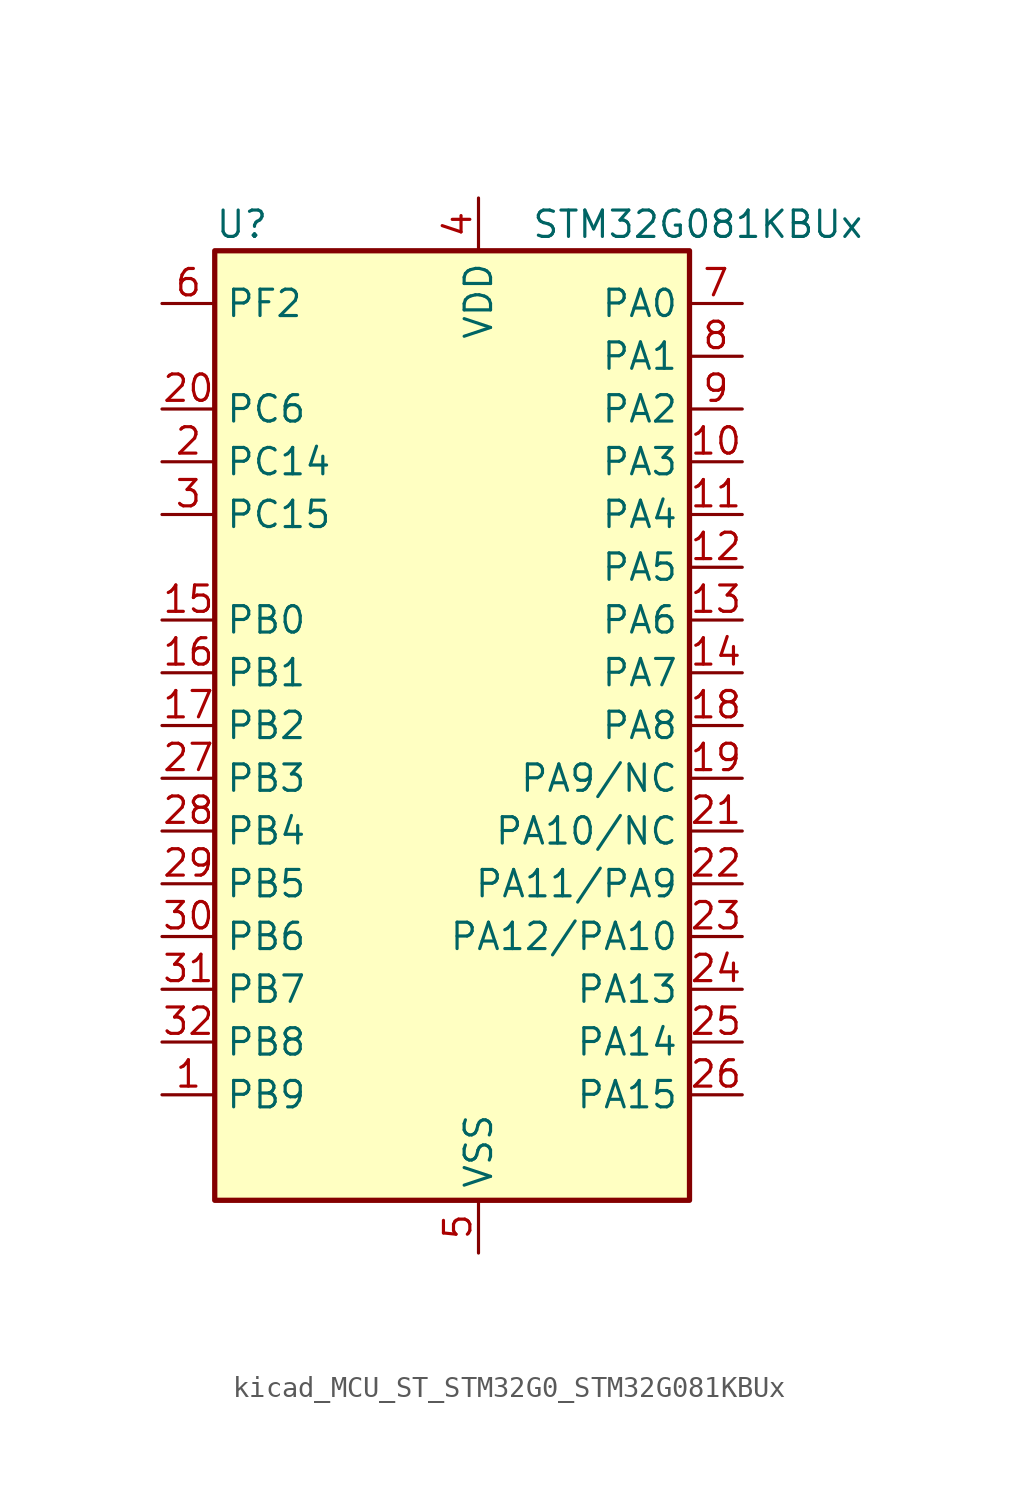
<source format=kicad_sym>
(kicad_symbol_lib
  (version 20220914)
  (generator kicad_symbol_editor)
  (symbol "kicad_MCU_ST_STM32G0_STM32G081KBUx"
    (property "Reference" "U"
      (at -10.16 24.13 0)
      (effects (font (size 1.27 1.27)) (justify left)))
    (property "Value" "STM32G081KBUx"
      (at 5.08 24.13 0)
      (effects (font (size 1.27 1.27)) (justify left)))
    (property "ki_locked" ""
      (at 0 0 0)
      (effects (font (size 1.27 1.27))))
    (symbol "kicad_MCU_ST_STM32G0_STM32G081KBUx_0_1"
      (rectangle (start -10.16 -22.86) (end 12.7 22.86) (stroke (width 0.254) (type default)) (fill (type background))))
    (symbol "kicad_MCU_ST_STM32G0_STM32G081KBUx_1_1"
      (pin bidirectional line (at -12.7 -17.78 0) (length 2.54) (name "PB9" (effects (font (size 1.27 1.27)))) (number "1" (effects (font (size 1.27 1.27)))) (alternate "DAC1_EXTI9" bidirectional line) (alternate "I2C1_SDA" bidirectional line) (alternate "IR_OUT" bidirectional line) (alternate "SPI2_NSS" bidirectional line) (alternate "TIM17_CH1" bidirectional line) (alternate "USART3_RX" bidirectional line))
      (pin bidirectional line (at 15.24 12.7 180) (length 2.54) (name "PA3" (effects (font (size 1.27 1.27)))) (number "10" (effects (font (size 1.27 1.27)))) (alternate "ADC1_IN3" bidirectional line) (alternate "COMP2_INP" bidirectional line) (alternate "LPUART1_RX" bidirectional line) (alternate "SPI2_MISO" bidirectional line) (alternate "TIM15_CH2" bidirectional line) (alternate "TIM2_CH4" bidirectional line) (alternate "USART2_RX" bidirectional line))
      (pin bidirectional line (at 15.24 10.16 180) (length 2.54) (name "PA4" (effects (font (size 1.27 1.27)))) (number "11" (effects (font (size 1.27 1.27)))) (alternate "ADC1_IN4" bidirectional line) (alternate "DAC1_OUT1" bidirectional line) (alternate "I2S1_WS" bidirectional line) (alternate "LPTIM2_OUT" bidirectional line) (alternate "RTC_OUT_ALARM" bidirectional line) (alternate "RTC_OUT_CALIB" bidirectional line) (alternate "RTC_TAMP_IN1" bidirectional line) (alternate "RTC_TS" bidirectional line) (alternate "SPI1_NSS" bidirectional line) (alternate "SPI2_MOSI" bidirectional line) (alternate "SYS_WKUP2" bidirectional line) (alternate "TIM14_CH1" bidirectional line))
      (pin bidirectional line (at 15.24 7.62 180) (length 2.54) (name "PA5" (effects (font (size 1.27 1.27)))) (number "12" (effects (font (size 1.27 1.27)))) (alternate "ADC1_IN5" bidirectional line) (alternate "CEC" bidirectional line) (alternate "DAC1_OUT2" bidirectional line) (alternate "I2S1_CK" bidirectional line) (alternate "LPTIM2_ETR" bidirectional line) (alternate "SPI1_SCK" bidirectional line) (alternate "TIM2_CH1" bidirectional line) (alternate "TIM2_ETR" bidirectional line) (alternate "UCPD1_FRSTX1" bidirectional line) (alternate "UCPD1_FRSTX2" bidirectional line) (alternate "USART3_TX" bidirectional line))
      (pin bidirectional line (at 15.24 5.08 180) (length 2.54) (name "PA6" (effects (font (size 1.27 1.27)))) (number "13" (effects (font (size 1.27 1.27)))) (alternate "ADC1_IN6" bidirectional line) (alternate "COMP1_OUT" bidirectional line) (alternate "I2S1_MCK" bidirectional line) (alternate "LPUART1_CTS" bidirectional line) (alternate "SPI1_MISO" bidirectional line) (alternate "TIM16_CH1" bidirectional line) (alternate "TIM1_BK" bidirectional line) (alternate "TIM3_CH1" bidirectional line) (alternate "USART3_CTS" bidirectional line) (alternate "USART3_NSS" bidirectional line))
      (pin bidirectional line (at 15.24 2.54 180) (length 2.54) (name "PA7" (effects (font (size 1.27 1.27)))) (number "14" (effects (font (size 1.27 1.27)))) (alternate "ADC1_IN7" bidirectional line) (alternate "COMP2_OUT" bidirectional line) (alternate "I2S1_SD" bidirectional line) (alternate "SPI1_MOSI" bidirectional line) (alternate "TIM14_CH1" bidirectional line) (alternate "TIM17_CH1" bidirectional line) (alternate "TIM1_CH1N" bidirectional line) (alternate "TIM3_CH2" bidirectional line) (alternate "UCPD1_FRSTX1" bidirectional line) (alternate "UCPD1_FRSTX2" bidirectional line))
      (pin bidirectional line (at -12.7 5.08 0) (length 2.54) (name "PB0" (effects (font (size 1.27 1.27)))) (number "15" (effects (font (size 1.27 1.27)))) (alternate "ADC1_IN8" bidirectional line) (alternate "COMP1_OUT" bidirectional line) (alternate "I2S1_WS" bidirectional line) (alternate "LPTIM1_OUT" bidirectional line) (alternate "SPI1_NSS" bidirectional line) (alternate "TIM1_CH2N" bidirectional line) (alternate "TIM3_CH3" bidirectional line) (alternate "UCPD1_FRSTX1" bidirectional line) (alternate "UCPD1_FRSTX2" bidirectional line) (alternate "USART3_RX" bidirectional line))
      (pin bidirectional line (at -12.7 2.54 0) (length 2.54) (name "PB1" (effects (font (size 1.27 1.27)))) (number "16" (effects (font (size 1.27 1.27)))) (alternate "ADC1_IN9" bidirectional line) (alternate "COMP1_INM" bidirectional line) (alternate "LPTIM2_IN1" bidirectional line) (alternate "LPUART1_DE" bidirectional line) (alternate "LPUART1_RTS" bidirectional line) (alternate "TIM14_CH1" bidirectional line) (alternate "TIM1_CH3N" bidirectional line) (alternate "TIM3_CH4" bidirectional line) (alternate "USART3_CK" bidirectional line) (alternate "USART3_DE" bidirectional line) (alternate "USART3_RTS" bidirectional line))
      (pin bidirectional line (at -12.7 0 0) (length 2.54) (name "PB2" (effects (font (size 1.27 1.27)))) (number "17" (effects (font (size 1.27 1.27)))) (alternate "ADC1_IN10" bidirectional line) (alternate "COMP1_INP" bidirectional line) (alternate "LPTIM1_OUT" bidirectional line) (alternate "SPI2_MISO" bidirectional line) (alternate "USART3_TX" bidirectional line))
      (pin bidirectional line (at 15.24 0 180) (length 2.54) (name "PA8" (effects (font (size 1.27 1.27)))) (number "18" (effects (font (size 1.27 1.27)))) (alternate "LPTIM2_OUT" bidirectional line) (alternate "RCC_MCO" bidirectional line) (alternate "SPI2_NSS" bidirectional line) (alternate "TIM1_CH1" bidirectional line) (alternate "UCPD1_CC1" bidirectional line))
      (pin bidirectional line (at 15.24 -2.54 180) (length 2.54) (name "PA9/NC" (effects (font (size 1.27 1.27)))) (number "19" (effects (font (size 1.27 1.27)))) (alternate "DAC1_EXTI9" bidirectional line) (alternate "I2C1_SCL" bidirectional line) (alternate "RCC_MCO" bidirectional line) (alternate "SPI2_MISO" bidirectional line) (alternate "TIM15_BK" bidirectional line) (alternate "TIM1_CH2" bidirectional line) (alternate "UCPD1_DBCC1" bidirectional line) (alternate "USART1_TX" bidirectional line))
      (pin bidirectional line (at -12.7 12.7 0) (length 2.54) (name "PC14" (effects (font (size 1.27 1.27)))) (number "2" (effects (font (size 1.27 1.27)))) (alternate "RCC_OSC32_IN" bidirectional line) (alternate "RCC_OSC_IN" bidirectional line) (alternate "TIM1_BK2" bidirectional line))
      (pin bidirectional line (at -12.7 15.24 0) (length 2.54) (name "PC6" (effects (font (size 1.27 1.27)))) (number "20" (effects (font (size 1.27 1.27)))) (alternate "TIM2_CH3" bidirectional line) (alternate "TIM3_CH1" bidirectional line) (alternate "UCPD1_FRSTX1" bidirectional line) (alternate "UCPD1_FRSTX2" bidirectional line))
      (pin bidirectional line (at 15.24 -5.08 180) (length 2.54) (name "PA10/NC" (effects (font (size 1.27 1.27)))) (number "21" (effects (font (size 1.27 1.27)))) (alternate "I2C1_SDA" bidirectional line) (alternate "SPI2_MOSI" bidirectional line) (alternate "TIM17_BK" bidirectional line) (alternate "TIM1_CH3" bidirectional line) (alternate "UCPD1_DBCC2" bidirectional line) (alternate "USART1_RX" bidirectional line))
      (pin bidirectional line (at 15.24 -7.62 180) (length 2.54) (name "PA11/PA9" (effects (font (size 1.27 1.27)))) (number "22" (effects (font (size 1.27 1.27)))) (alternate "ADC1_EXTI11" bidirectional line) (alternate "COMP1_OUT" bidirectional line) (alternate "I2C2_SCL" bidirectional line) (alternate "I2S1_MCK" bidirectional line) (alternate "SPI1_MISO" bidirectional line) (alternate "TIM1_BK2" bidirectional line) (alternate "TIM1_CH4" bidirectional line) (alternate "USART1_CTS" bidirectional line) (alternate "USART1_NSS" bidirectional line))
      (pin bidirectional line (at 15.24 -10.16 180) (length 2.54) (name "PA12/PA10" (effects (font (size 1.27 1.27)))) (number "23" (effects (font (size 1.27 1.27)))) (alternate "COMP2_OUT" bidirectional line) (alternate "I2C2_SDA" bidirectional line) (alternate "I2S1_SD" bidirectional line) (alternate "I2S_CKIN" bidirectional line) (alternate "SPI1_MOSI" bidirectional line) (alternate "TIM1_ETR" bidirectional line) (alternate "USART1_CK" bidirectional line) (alternate "USART1_DE" bidirectional line) (alternate "USART1_RTS" bidirectional line))
      (pin bidirectional line (at 15.24 -12.7 180) (length 2.54) (name "PA13" (effects (font (size 1.27 1.27)))) (number "24" (effects (font (size 1.27 1.27)))) (alternate "IR_OUT" bidirectional line) (alternate "SYS_SWDIO" bidirectional line))
      (pin bidirectional line (at 15.24 -15.24 180) (length 2.54) (name "PA14" (effects (font (size 1.27 1.27)))) (number "25" (effects (font (size 1.27 1.27)))) (alternate "SYS_SWCLK" bidirectional line) (alternate "USART2_TX" bidirectional line))
      (pin bidirectional line (at 15.24 -17.78 180) (length 2.54) (name "PA15" (effects (font (size 1.27 1.27)))) (number "26" (effects (font (size 1.27 1.27)))) (alternate "I2S1_WS" bidirectional line) (alternate "SPI1_NSS" bidirectional line) (alternate "TIM2_CH1" bidirectional line) (alternate "TIM2_ETR" bidirectional line) (alternate "USART2_RX" bidirectional line) (alternate "USART3_CK" bidirectional line) (alternate "USART3_DE" bidirectional line) (alternate "USART3_RTS" bidirectional line) (alternate "USART4_CK" bidirectional line) (alternate "USART4_DE" bidirectional line) (alternate "USART4_RTS" bidirectional line))
      (pin bidirectional line (at -12.7 -2.54 0) (length 2.54) (name "PB3" (effects (font (size 1.27 1.27)))) (number "27" (effects (font (size 1.27 1.27)))) (alternate "COMP2_INM" bidirectional line) (alternate "I2S1_CK" bidirectional line) (alternate "SPI1_SCK" bidirectional line) (alternate "TIM1_CH2" bidirectional line) (alternate "TIM2_CH2" bidirectional line) (alternate "USART1_CK" bidirectional line) (alternate "USART1_DE" bidirectional line) (alternate "USART1_RTS" bidirectional line))
      (pin bidirectional line (at -12.7 -5.08 0) (length 2.54) (name "PB4" (effects (font (size 1.27 1.27)))) (number "28" (effects (font (size 1.27 1.27)))) (alternate "COMP2_INP" bidirectional line) (alternate "I2S1_MCK" bidirectional line) (alternate "SPI1_MISO" bidirectional line) (alternate "TIM17_BK" bidirectional line) (alternate "TIM3_CH1" bidirectional line) (alternate "USART1_CTS" bidirectional line) (alternate "USART1_NSS" bidirectional line))
      (pin bidirectional line (at -12.7 -7.62 0) (length 2.54) (name "PB5" (effects (font (size 1.27 1.27)))) (number "29" (effects (font (size 1.27 1.27)))) (alternate "COMP2_OUT" bidirectional line) (alternate "I2C1_SMBA" bidirectional line) (alternate "I2S1_SD" bidirectional line) (alternate "LPTIM1_IN1" bidirectional line) (alternate "SPI1_MOSI" bidirectional line) (alternate "SYS_WKUP6" bidirectional line) (alternate "TIM16_BK" bidirectional line) (alternate "TIM3_CH2" bidirectional line))
      (pin bidirectional line (at -12.7 10.16 0) (length 2.54) (name "PC15" (effects (font (size 1.27 1.27)))) (number "3" (effects (font (size 1.27 1.27)))) (alternate "RCC_OSC32_EN" bidirectional line) (alternate "RCC_OSC32_OUT" bidirectional line) (alternate "RCC_OSC_EN" bidirectional line) (alternate "TIM15_BK" bidirectional line))
      (pin bidirectional line (at -12.7 -10.16 0) (length 2.54) (name "PB6" (effects (font (size 1.27 1.27)))) (number "30" (effects (font (size 1.27 1.27)))) (alternate "COMP2_INP" bidirectional line) (alternate "I2C1_SCL" bidirectional line) (alternate "LPTIM1_ETR" bidirectional line) (alternate "SPI2_MISO" bidirectional line) (alternate "TIM16_CH1N" bidirectional line) (alternate "TIM1_CH3" bidirectional line) (alternate "USART1_TX" bidirectional line))
      (pin bidirectional line (at -12.7 -12.7 0) (length 2.54) (name "PB7" (effects (font (size 1.27 1.27)))) (number "31" (effects (font (size 1.27 1.27)))) (alternate "COMP2_INM" bidirectional line) (alternate "I2C1_SDA" bidirectional line) (alternate "LPTIM1_IN2" bidirectional line) (alternate "SPI2_MOSI" bidirectional line) (alternate "SYS_PVD_IN" bidirectional line) (alternate "TIM17_CH1N" bidirectional line) (alternate "USART1_RX" bidirectional line) (alternate "USART4_CTS" bidirectional line) (alternate "USART4_NSS" bidirectional line))
      (pin bidirectional line (at -12.7 -15.24 0) (length 2.54) (name "PB8" (effects (font (size 1.27 1.27)))) (number "32" (effects (font (size 1.27 1.27)))) (alternate "CEC" bidirectional line) (alternate "I2C1_SCL" bidirectional line) (alternate "SPI2_SCK" bidirectional line) (alternate "TIM15_BK" bidirectional line) (alternate "TIM16_CH1" bidirectional line) (alternate "USART3_TX" bidirectional line))
      (pin passive line (at 2.54 -25.4 90) (length 2.54) hide (name "VSS" (effects (font (size 1.27 1.27)))) (number "33" (effects (font (size 1.27 1.27)))))
      (pin power_in line (at 2.54 25.4 270) (length 2.54) (name "VDD" (effects (font (size 1.27 1.27)))) (number "4" (effects (font (size 1.27 1.27)))))
      (pin power_in line (at 2.54 -25.4 90) (length 2.54) (name "VSS" (effects (font (size 1.27 1.27)))) (number "5" (effects (font (size 1.27 1.27)))))
      (pin bidirectional line (at -12.7 20.32 0) (length 2.54) (name "PF2" (effects (font (size 1.27 1.27)))) (number "6" (effects (font (size 1.27 1.27)))) (alternate "RCC_MCO" bidirectional line))
      (pin bidirectional line (at 15.24 20.32 180) (length 2.54) (name "PA0" (effects (font (size 1.27 1.27)))) (number "7" (effects (font (size 1.27 1.27)))) (alternate "ADC1_IN0" bidirectional line) (alternate "COMP1_INM" bidirectional line) (alternate "COMP1_OUT" bidirectional line) (alternate "LPTIM1_OUT" bidirectional line) (alternate "RTC_TAMP_IN2" bidirectional line) (alternate "SPI2_SCK" bidirectional line) (alternate "SYS_WKUP1" bidirectional line) (alternate "TIM2_CH1" bidirectional line) (alternate "TIM2_ETR" bidirectional line) (alternate "USART2_CTS" bidirectional line) (alternate "USART2_NSS" bidirectional line) (alternate "USART4_TX" bidirectional line))
      (pin bidirectional line (at 15.24 17.78 180) (length 2.54) (name "PA1" (effects (font (size 1.27 1.27)))) (number "8" (effects (font (size 1.27 1.27)))) (alternate "ADC1_IN1" bidirectional line) (alternate "COMP1_INP" bidirectional line) (alternate "I2C1_SMBA" bidirectional line) (alternate "I2S1_CK" bidirectional line) (alternate "SPI1_SCK" bidirectional line) (alternate "TIM15_CH1N" bidirectional line) (alternate "TIM2_CH2" bidirectional line) (alternate "USART2_CK" bidirectional line) (alternate "USART2_DE" bidirectional line) (alternate "USART2_RTS" bidirectional line) (alternate "USART4_RX" bidirectional line))
      (pin bidirectional line (at 15.24 15.24 180) (length 2.54) (name "PA2" (effects (font (size 1.27 1.27)))) (number "9" (effects (font (size 1.27 1.27)))) (alternate "ADC1_IN2" bidirectional line) (alternate "COMP2_INM" bidirectional line) (alternate "COMP2_OUT" bidirectional line) (alternate "I2S1_SD" bidirectional line) (alternate "LPUART1_TX" bidirectional line) (alternate "RCC_LSCO" bidirectional line) (alternate "SPI1_MOSI" bidirectional line) (alternate "SYS_WKUP4" bidirectional line) (alternate "TIM15_CH1" bidirectional line) (alternate "TIM2_CH3" bidirectional line) (alternate "UCPD1_FRSTX1" bidirectional line) (alternate "UCPD1_FRSTX2" bidirectional line) (alternate "USART2_TX" bidirectional line)))))
</source>
